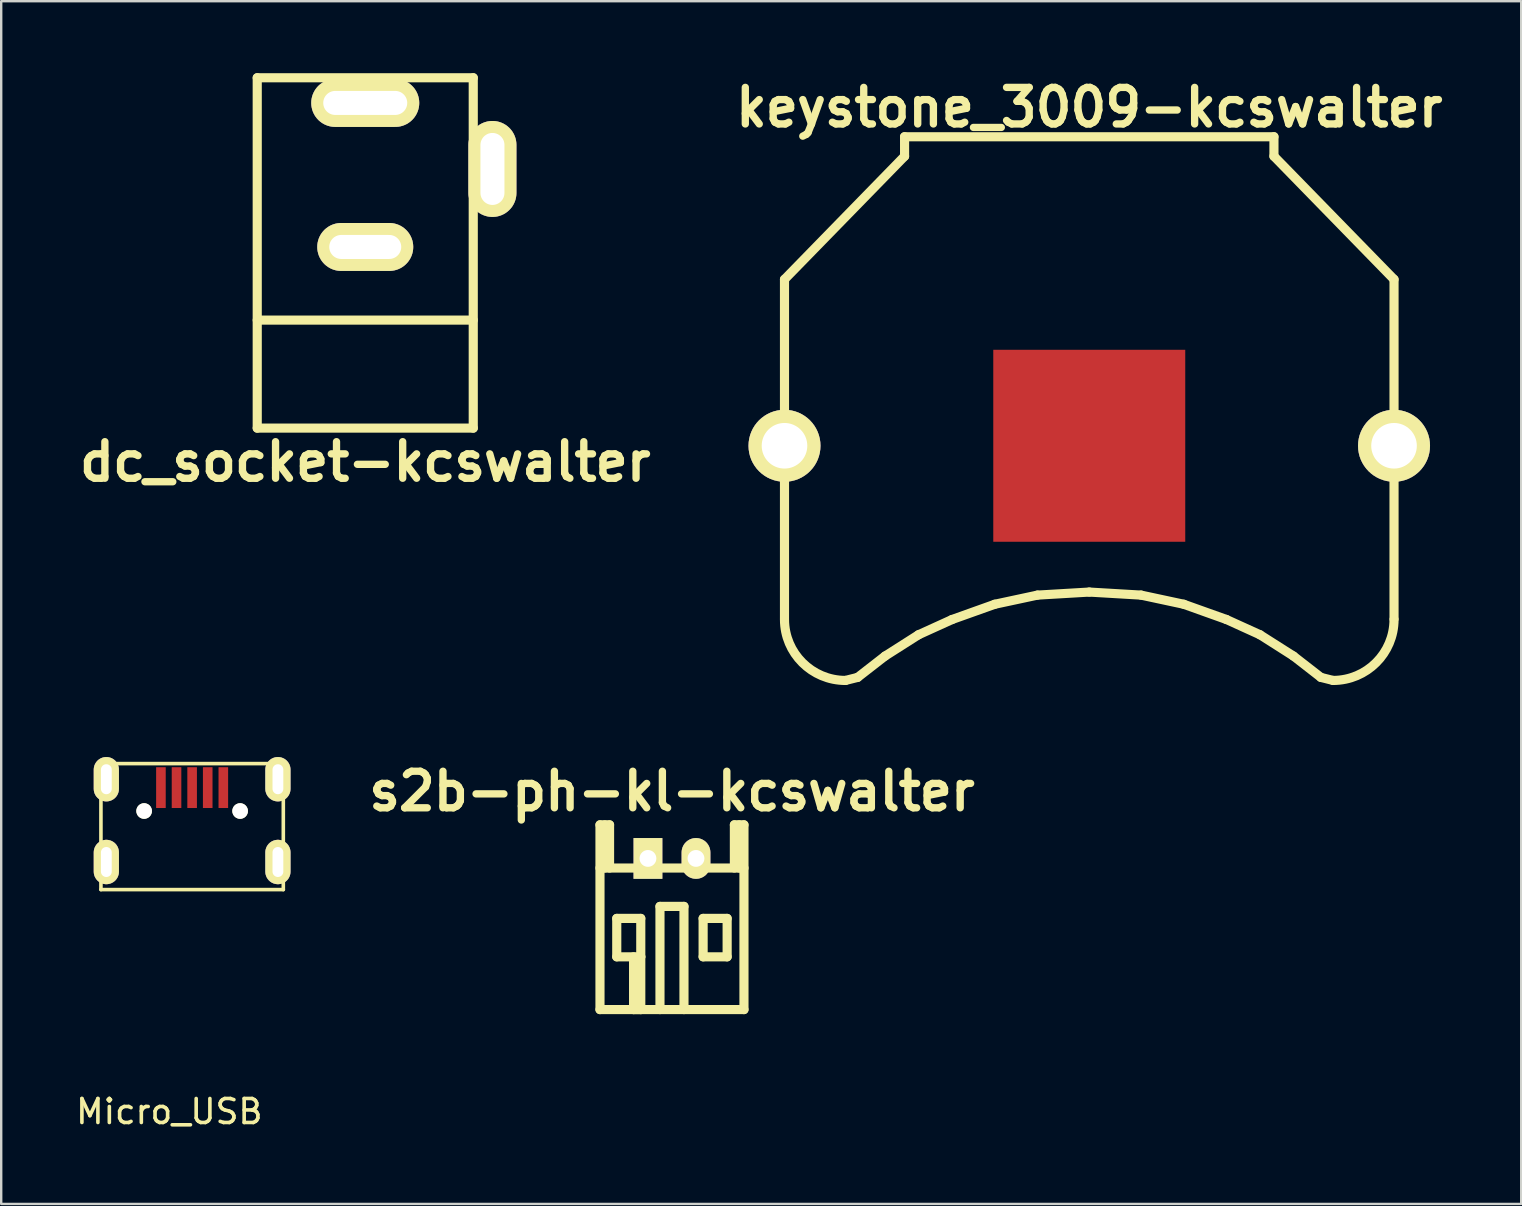
<source format=kicad_pcb>
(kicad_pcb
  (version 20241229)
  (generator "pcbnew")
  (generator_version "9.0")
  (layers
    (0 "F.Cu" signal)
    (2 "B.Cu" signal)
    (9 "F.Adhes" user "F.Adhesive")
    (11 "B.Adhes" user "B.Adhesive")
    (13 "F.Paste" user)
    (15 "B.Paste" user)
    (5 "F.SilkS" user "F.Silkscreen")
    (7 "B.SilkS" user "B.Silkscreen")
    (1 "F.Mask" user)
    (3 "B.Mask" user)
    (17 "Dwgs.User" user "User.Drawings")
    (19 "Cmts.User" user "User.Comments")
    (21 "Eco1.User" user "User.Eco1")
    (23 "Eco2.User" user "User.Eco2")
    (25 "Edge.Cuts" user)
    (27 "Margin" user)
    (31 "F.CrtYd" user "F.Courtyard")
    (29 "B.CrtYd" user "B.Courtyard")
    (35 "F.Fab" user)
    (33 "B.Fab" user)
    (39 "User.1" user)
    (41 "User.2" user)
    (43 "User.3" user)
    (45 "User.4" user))
  (footprint "s2b-ph-kl-kcswalter"
    (layer "F.Cu")
    (at 24.952 32.722)
    (property "Reference" "s2b-ph-kl-kcswalter" (at 0 -2.799 0) (layer "F.SilkS") (effects (font (size 1.524 1.524) (thickness 0.305))))
    (attr through_hole)
    (fp_line (start -3 -1.4) (end -3 6.299) (stroke (width 0.381) (type solid)) (layer "F.SilkS"))
    (fp_line (start -3 6.299) (end 3 6.299) (stroke (width 0.381) (type solid)) (layer "F.SilkS"))
    (fp_line (start -2.799 -1.4) (end -2.799 0.399) (stroke (width 0.381) (type solid)) (layer "F.SilkS"))
    (fp_line (start -2.601 -1.4) (end -3 -1.4) (stroke (width 0.381) (type solid)) (layer "F.SilkS"))
    (fp_line (start -2.601 0.399) (end -2.601 -1.4) (stroke (width 0.381) (type solid)) (layer "F.SilkS"))
    (fp_line (start -2.301 2.499) (end -1.3 2.499) (stroke (width 0.381) (type solid)) (layer "F.SilkS"))
    (fp_line (start -2.301 4.1) (end -2.301 2.499) (stroke (width 0.381) (type solid)) (layer "F.SilkS"))
    (fp_line (start -1.6 6.299) (end -1.6 4.1) (stroke (width 0.381) (type solid)) (layer "F.SilkS"))
    (fp_line (start -1.3 2.499) (end -1.3 4.1) (stroke (width 0.381) (type solid)) (layer "F.SilkS"))
    (fp_line (start -1.3 4.1) (end -2.301 4.1) (stroke (width 0.381) (type solid)) (layer "F.SilkS"))
    (fp_line (start -1.3 4.1) (end -1.3 6.299) (stroke (width 0.381) (type solid)) (layer "F.SilkS"))
    (fp_line (start -1.3 6.299) (end -1.6 6.299) (stroke (width 0.381) (type solid)) (layer "F.SilkS"))
    (fp_line (start -0.5 1.999) (end -0.5 6.299) (stroke (width 0.381) (type solid)) (layer "F.SilkS"))
    (fp_line (start 0.5 1.999) (end -0.5 1.999) (stroke (width 0.381) (type solid)) (layer "F.SilkS"))
    (fp_line (start 0.5 1.999) (end 0.5 6.299) (stroke (width 0.381) (type solid)) (layer "F.SilkS"))
    (fp_line (start 1.298 2.499) (end 2.299 2.499) (stroke (width 0.381) (type solid)) (layer "F.SilkS"))
    (fp_line (start 1.298 4.1) (end 1.298 2.499) (stroke (width 0.381) (type solid)) (layer "F.SilkS"))
    (fp_line (start 2.299 2.499) (end 2.299 4.1) (stroke (width 0.381) (type solid)) (layer "F.SilkS"))
    (fp_line (start 2.299 4.1) (end 1.298 4.1) (stroke (width 0.381) (type solid)) (layer "F.SilkS"))
    (fp_line (start 2.601 -1.4) (end 2.601 0.399) (stroke (width 0.381) (type solid)) (layer "F.SilkS"))
    (fp_line (start 2.799 -1.4) (end 2.799 0.399) (stroke (width 0.381) (type solid)) (layer "F.SilkS"))
    (fp_line (start 3 -1.4) (end 2.601 -1.4) (stroke (width 0.381) (type solid)) (layer "F.SilkS"))
    (fp_line (start 3 0.399) (end -3 0.399) (stroke (width 0.381) (type solid)) (layer "F.SilkS"))
    (fp_line (start 3 6.299) (end 3 -1.4) (stroke (width 0.381) (type solid)) (layer "F.SilkS"))
    (pad "1" thru_hole rect (at -1.001 0) (size 1.199 1.699) (drill 0.701) (layers "*.Cu" "*.Mask" "F.SilkS"))
    (pad "2" thru_hole oval (at 1.001 0) (size 1.199 1.699) (drill 0.701) (layers "*.Cu" "*.Mask" "F.SilkS")))
  (footprint "Micro_USB"
    (layer "F.Cu")
    (at 4.956 34.021)
    (property "Reference" "Micro_USB" (at -0.95 9.25 0) (layer "F.SilkS") (effects (font (size 1 1) (thickness 0.15))))
    (attr through_hole)
    (fp_line (start -3.8 -5.25) (end 3.8 -5.25) (stroke (width 0.15) (type solid)) (layer "F.SilkS"))
    (fp_line (start -3.8 0) (end -3.8 -5.25) (stroke (width 0.15) (type solid)) (layer "F.SilkS"))
    (fp_line (start -3.8 0) (end 3.8 0) (stroke (width 0.15) (type solid)) (layer "F.SilkS"))
    (fp_line (start 3.8 -5.25) (end 3.8 0) (stroke (width 0.15) (type solid)) (layer "F.SilkS"))
    (pad "" np_thru_hole circle (at -2 -3.275) (size 0.65 0.65) (drill 0.65) (layers "*.Cu" "*.Mask" "F.SilkS"))
    (pad "" np_thru_hole circle (at 2 -3.275) (size 0.65 0.65) (drill 0.65) (layers "*.Cu" "*.Mask" "F.SilkS"))
    (pad "1" smd trapezoid (at -1.3 -4.25) (size 0.4 1.7) (layers "F.Cu" "F.Mask" "F.Paste"))
    (pad "2" smd rect (at -0.65 -4.25) (size 0.4 1.7) (layers "F.Cu" "F.Mask" "F.Paste"))
    (pad "3" smd rect (at 0 -4.25) (size 0.4 1.7) (layers "F.Cu" "F.Mask" "F.Paste"))
    (pad "4" smd rect (at 0.65 -4.25) (size 0.4 1.7) (layers "F.Cu" "F.Mask" "F.Paste"))
    (pad "5" smd rect (at 1.3 -4.25) (size 0.4 1.7) (layers "F.Cu" "F.Mask" "F.Paste"))
    (pad "6" thru_hole oval (at -3.575 -1.15) (size 1.05 1.85) (drill oval 0.45 1.25) (layers "*.Cu" "*.Mask" "F.SilkS"))
    (pad "7" thru_hole oval (at 3.575 -1.15) (size 1.05 1.85) (drill oval 0.45 1.25) (layers "*.Cu" "*.Mask" "F.SilkS"))
    (pad "8" thru_hole oval (at -3.575 -4.6) (size 1.05 1.85) (drill oval 0.45 1.25) (layers "*.Cu" "*.Mask" "F.SilkS"))
    (pad "9" thru_hole oval (at 3.575 -4.6) (size 1.05 1.85) (drill oval 0.45 1.25) (layers "*.Cu" "*.Mask" "F.SilkS")))
  (footprint "keystone_3009-kcswalter"
    (layer "F.Cu")
    (at 42.341 15.526)
    (property "Reference" "keystone_3009-kcswalter" (at 0 -14.1 0) (layer "F.SilkS") (effects (font (size 1.524 1.524) (thickness 0.305))))
    (attr through_hole)
    (fp_line (start -12.7 -6.934) (end -12.7 7.214) (stroke (width 0.381) (type solid)) (layer "F.SilkS"))
    (fp_line (start -10.16 9.779) (end -9.652 9.652) (stroke (width 0.381) (type solid)) (layer "F.SilkS"))
    (fp_line (start -9.652 9.652) (end -8.509 8.763) (stroke (width 0.381) (type solid)) (layer "F.SilkS"))
    (fp_line (start -8.509 8.763) (end -7.112 7.874) (stroke (width 0.381) (type solid)) (layer "F.SilkS"))
    (fp_line (start -7.696 -12.878) (end -7.696 -12.065) (stroke (width 0.381) (type solid)) (layer "F.SilkS"))
    (fp_line (start -7.696 -12.878) (end 7.696 -12.878) (stroke (width 0.381) (type solid)) (layer "F.SilkS"))
    (fp_line (start -7.696 -12.065) (end -12.7 -6.934) (stroke (width 0.381) (type solid)) (layer "F.SilkS"))
    (fp_line (start -7.112 7.874) (end -5.715 7.239) (stroke (width 0.381) (type solid)) (layer "F.SilkS"))
    (fp_line (start -5.715 7.239) (end -3.937 6.604) (stroke (width 0.381) (type solid)) (layer "F.SilkS"))
    (fp_line (start -3.937 6.604) (end -2.159 6.223) (stroke (width 0.381) (type solid)) (layer "F.SilkS"))
    (fp_line (start -2.159 6.223) (end 0 6.096) (stroke (width 0.381) (type solid)) (layer "F.SilkS"))
    (fp_line (start 0 6.096) (end 2.159 6.223) (stroke (width 0.381) (type solid)) (layer "F.SilkS"))
    (fp_line (start 2.159 6.223) (end 3.937 6.604) (stroke (width 0.381) (type solid)) (layer "F.SilkS"))
    (fp_line (start 3.937 6.604) (end 5.715 7.239) (stroke (width 0.381) (type solid)) (layer "F.SilkS"))
    (fp_line (start 5.715 7.239) (end 7.112 7.874) (stroke (width 0.381) (type solid)) (layer "F.SilkS"))
    (fp_line (start 7.112 7.874) (end 8.509 8.763) (stroke (width 0.381) (type solid)) (layer "F.SilkS"))
    (fp_line (start 7.696 -12.878) (end 7.696 -12.065) (stroke (width 0.381) (type solid)) (layer "F.SilkS"))
    (fp_line (start 7.696 -12.065) (end 12.7 -6.934) (stroke (width 0.381) (type solid)) (layer "F.SilkS"))
    (fp_line (start 8.509 8.763) (end 9.652 9.652) (stroke (width 0.381) (type solid)) (layer "F.SilkS"))
    (fp_line (start 9.652 9.652) (end 10.16 9.779) (stroke (width 0.381) (type solid)) (layer "F.SilkS"))
    (fp_line (start 12.7 -6.934) (end 12.7 7.214) (stroke (width 0.381) (type solid)) (layer "F.SilkS"))
    (fp_arc (start -10.16 9.779) (mid -11.956051 9.035051) (end -12.7 7.239) (stroke (width 0.381) (type solid)) (layer "F.SilkS"))
    (fp_arc (start 12.7 7.239) (mid 11.956051 9.035051) (end 10.16 9.779) (stroke (width 0.381) (type solid)) (layer "F.SilkS"))
    (pad "1" thru_hole circle (at -12.7 0) (size 3 3) (drill 1.9) (layers "*.Cu" "*.Mask" "F.SilkS"))
    (pad "1" thru_hole circle (at 12.7 0) (size 3 3) (drill 1.9) (layers "*.Cu" "*.Mask" "F.SilkS"))
    (pad "2" smd rect (at 0 0) (size 8 8) (layers "F.Cu" "F.Mask" "F.Paste")))
  (footprint "dc_socket-kcswalter"
    (layer "F.Cu")
    (at 12.17 7.49)
    (property "Reference" "dc_socket-kcswalter" (at 0 8.7 0) (layer "F.SilkS") (effects (font (size 1.524 1.524) (thickness 0.305))))
    (attr through_hole)
    (fp_line (start -4.501 -7.3) (end -4.501 7.3) (stroke (width 0.381) (type solid)) (layer "F.SilkS"))
    (fp_line (start -4.501 2.799) (end 4.501 2.799) (stroke (width 0.381) (type solid)) (layer "F.SilkS"))
    (fp_line (start -4.501 7.3) (end 4.501 7.3) (stroke (width 0.381) (type solid)) (layer "F.SilkS"))
    (fp_line (start 4.501 -7.3) (end -4.501 -7.3) (stroke (width 0.381) (type solid)) (layer "F.SilkS"))
    (fp_line (start 4.501 7.3) (end 4.501 -7.3) (stroke (width 0.381) (type solid)) (layer "F.SilkS"))
    (pad "1" thru_hole oval (at 5.301 -3.5) (size 1.999 4) (drill oval 1.001 3) (layers "*.Cu" "*.Mask" "F.SilkS"))
    (pad "2" thru_hole oval (at 0 -0.249) (size 4 1.999) (drill oval 3 1.001) (layers "*.Cu" "*.Mask" "F.SilkS"))
    (pad "3" thru_hole oval (at 0 -6.251) (size 4.501 1.999) (drill oval 3.5 1.001) (layers "*.Cu" "*.Mask" "F.SilkS")))
  (gr_rect
    (start -3 -3)
    (end 60.341 47.119)
    (stroke (width 0.1) (type default))
    (fill no)
    (layer "Edge.Cuts")))
</source>
